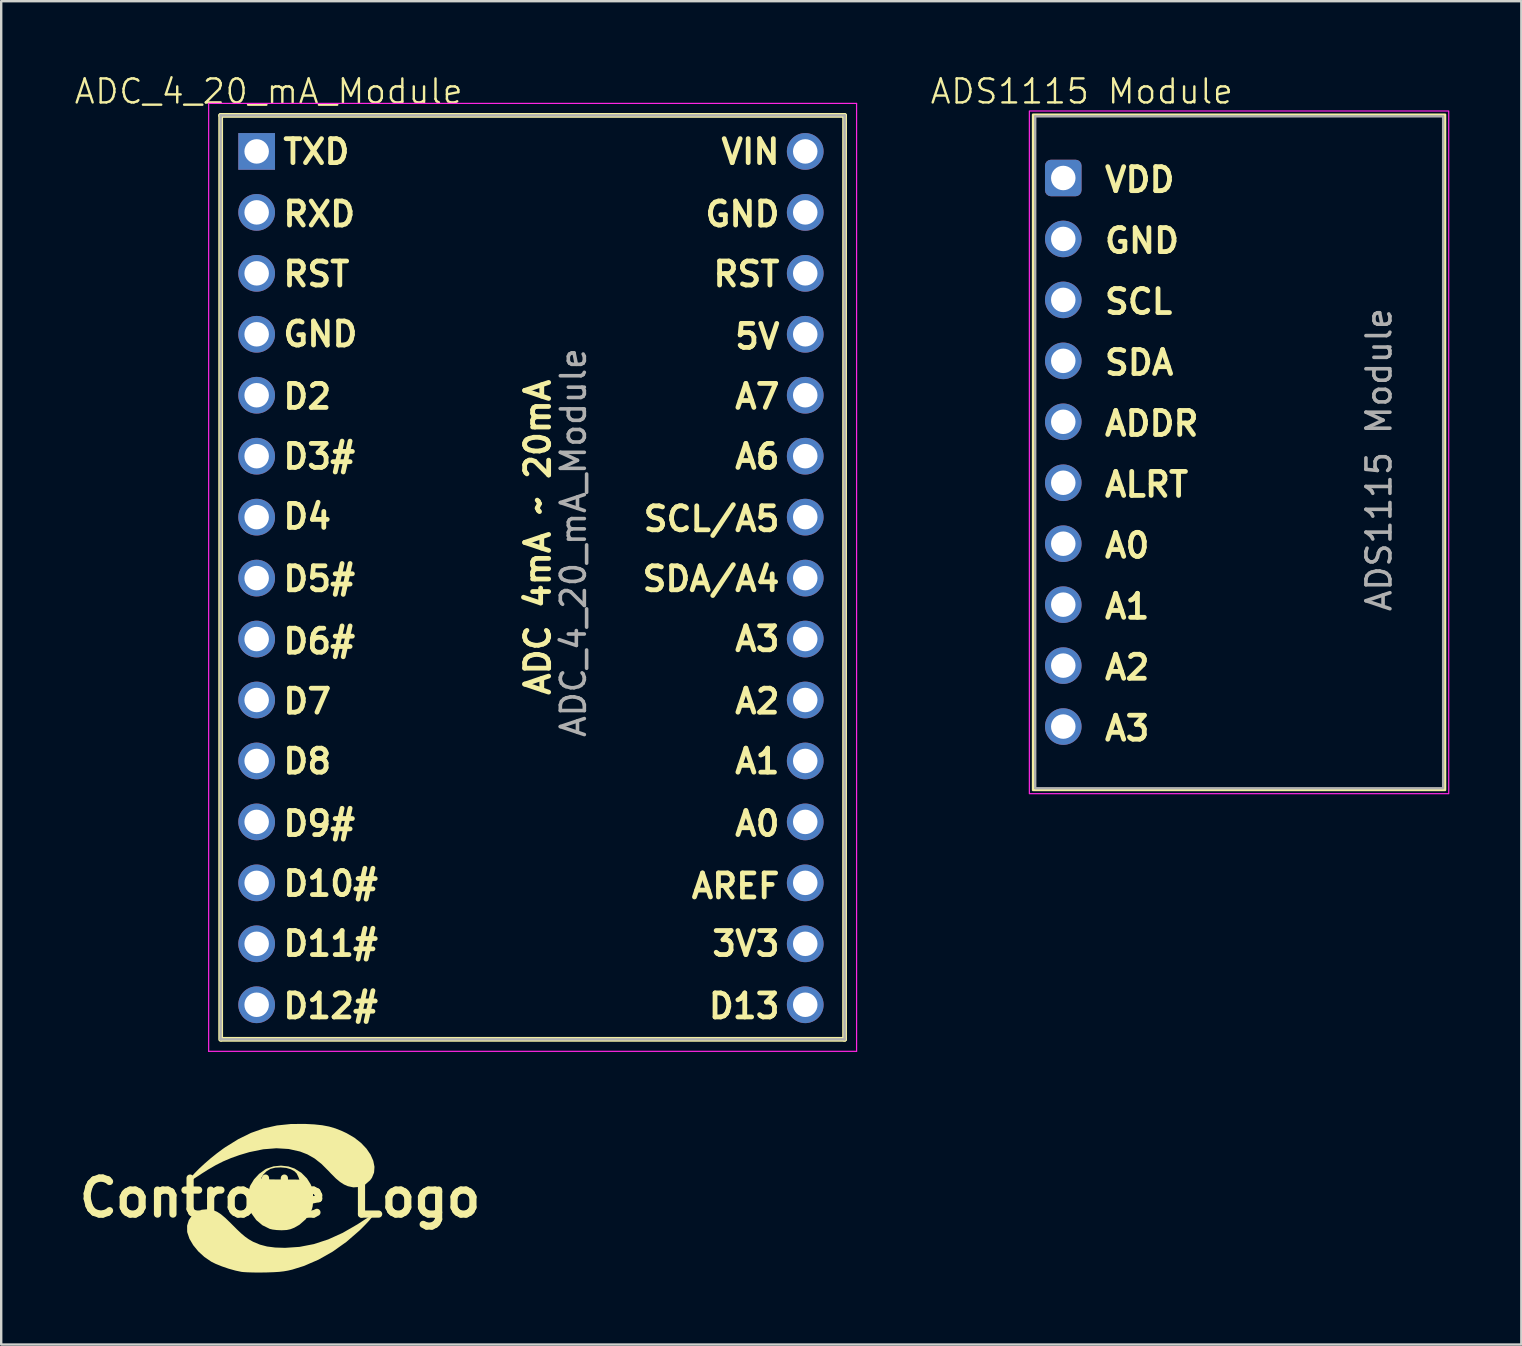
<source format=kicad_pcb>
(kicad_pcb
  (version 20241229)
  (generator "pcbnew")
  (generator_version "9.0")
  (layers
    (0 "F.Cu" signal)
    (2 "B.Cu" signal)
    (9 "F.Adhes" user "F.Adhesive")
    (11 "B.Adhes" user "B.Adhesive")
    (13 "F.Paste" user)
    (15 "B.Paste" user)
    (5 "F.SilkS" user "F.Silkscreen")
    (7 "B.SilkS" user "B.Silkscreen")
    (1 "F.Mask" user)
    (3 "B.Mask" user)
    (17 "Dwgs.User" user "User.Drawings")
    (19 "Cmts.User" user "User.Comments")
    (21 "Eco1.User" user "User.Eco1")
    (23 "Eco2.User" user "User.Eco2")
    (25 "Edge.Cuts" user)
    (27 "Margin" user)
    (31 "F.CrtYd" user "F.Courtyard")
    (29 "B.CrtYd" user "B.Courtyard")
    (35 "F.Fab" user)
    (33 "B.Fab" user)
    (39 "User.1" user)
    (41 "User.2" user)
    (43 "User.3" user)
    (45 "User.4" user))
  (footprint "ADS1115 Module"
    (layer "F.Cu")
    (at 41.258 4.367)
    (property "Reference" "ADS1115 Module" (at 0.772 -3.607 0) (unlocked yes) (layer "F.SilkS") (effects (font (size 1 1) (thickness 0.1))))
    (attr through_hole)
    (fp_rect (start -1.26 -2.639) (end 15.91 25.504) (stroke (width 0.1) (type default)) (fill no) (layer "F.SilkS"))
    (fp_rect (start -1.413 -2.791) (end 16.062 25.657) (stroke (width 0.05) (type default)) (fill no) (layer "F.CrtYd"))
    (fp_rect (start -1.17 -2.57) (end 15.83 25.43) (stroke (width 0.1) (type default)) (fill no) (layer "F.Fab"))
    (fp_text user "SCL" (at 1.626 5.74 0) (unlocked yes) (layer "F.SilkS") (effects (font (size 1 1) (thickness 0.2) (bold yes)) (justify left bottom)))
    (fp_text user "A1" (at 1.626 18.44 0) (unlocked yes) (layer "F.SilkS") (effects (font (size 1 1) (thickness 0.2) (bold yes)) (justify left bottom)))
    (fp_text user "GND" (at 1.626 3.2 0) (unlocked yes) (layer "F.SilkS") (effects (font (size 1 1) (thickness 0.2) (bold yes)) (justify left bottom)))
    (fp_text user "SDA" (at 1.626 8.28 0) (unlocked yes) (layer "F.SilkS") (effects (font (size 1 1) (thickness 0.2) (bold yes)) (justify left bottom)))
    (fp_text user "ADDR" (at 1.626 10.82 0) (unlocked yes) (layer "F.SilkS") (effects (font (size 1 1) (thickness 0.2) (bold yes)) (justify left bottom)))
    (fp_text user "A3" (at 1.626 23.52 0) (unlocked yes) (layer "F.SilkS") (effects (font (size 1 1) (thickness 0.2) (bold yes)) (justify left bottom)))
    (fp_text user "VDD" (at 1.626 0.66 0) (unlocked yes) (layer "F.SilkS") (effects (font (size 1 1) (thickness 0.2) (bold yes)) (justify left bottom)))
    (fp_text user "A2" (at 1.626 20.98 0) (unlocked yes) (layer "F.SilkS") (effects (font (size 1 1) (thickness 0.2) (bold yes)) (justify left bottom)))
    (fp_text user "ALRT" (at 1.626 13.36 0) (unlocked yes) (layer "F.SilkS") (effects (font (size 1 1) (thickness 0.2) (bold yes)) (justify left bottom)))
    (fp_text user "A0" (at 1.626 15.9 0) (unlocked yes) (layer "F.SilkS") (effects (font (size 1 1) (thickness 0.2) (bold yes)) (justify left bottom)))
    (fp_text user "${REFERENCE}" (at 13.157 11.735 90) (unlocked yes) (layer "F.Fab") (effects (font (size 1 1) (thickness 0.15))))
    (pad "1" thru_hole roundrect (at 0 0) (size 1.524 1.524) (drill 1.02) (layers "*.Cu" "*.Mask") (roundrect_rratio 0.164))
    (pad "2" thru_hole circle (at 0 2.54) (size 1.524 1.524) (drill 1.02) (layers "*.Cu" "*.Mask"))
    (pad "3" thru_hole circle (at 0 5.08) (size 1.524 1.524) (drill 1.02) (layers "*.Cu" "*.Mask"))
    (pad "4" thru_hole circle (at 0 7.62) (size 1.524 1.524) (drill 1.02) (layers "*.Cu" "*.Mask"))
    (pad "5" thru_hole circle (at 0 10.16) (size 1.524 1.524) (drill 1.02) (layers "*.Cu" "*.Mask"))
    (pad "6" thru_hole circle (at 0 12.7) (size 1.524 1.524) (drill 1.02) (layers "*.Cu" "*.Mask"))
    (pad "7" thru_hole circle (at 0 15.24) (size 1.524 1.524) (drill 1.02) (layers "*.Cu" "*.Mask"))
    (pad "8" thru_hole circle (at 0 17.78) (size 1.524 1.524) (drill 1.02) (layers "*.Cu" "*.Mask"))
    (pad "9" thru_hole circle (at 0 20.32) (size 1.524 1.524) (drill 1.02) (layers "*.Cu" "*.Mask"))
    (pad "10" thru_hole circle (at 0 22.86) (size 1.524 1.524) (drill 1.02) (layers "*.Cu" "*.Mask")))
  (footprint "ADC_4_20_mA_Module"
    (layer "F.Cu")
    (at 7.645 3.26)
    (property "Reference" "ADC_4_20_mA_Module" (at 0.5 -2.5 0) (unlocked yes) (layer "F.SilkS") (effects (font (size 1 1) (thickness 0.1))))
    (attr through_hole)
    (fp_line (start -1.5 -1.5) (end 24.5 -1.5) (stroke (width 0.2) (type solid)) (layer "F.SilkS"))
    (fp_line (start -1.5 37) (end -1.5 -1.5) (stroke (width 0.2) (type solid)) (layer "F.SilkS"))
    (fp_line (start -1.47 37) (end 24.5 37) (stroke (width 0.2) (type solid)) (layer "F.SilkS"))
    (fp_line (start 24.5 37) (end 24.5 -1.5) (stroke (width 0.2) (type solid)) (layer "F.SilkS"))
    (fp_line (start -2 -2) (end 25 -2) (stroke (width 0.05) (type default)) (layer "F.CrtYd"))
    (fp_line (start -2 37.5) (end -2 -2) (stroke (width 0.05) (type default)) (layer "F.CrtYd"))
    (fp_line (start 25 -2) (end 25 37.5) (stroke (width 0.05) (type default)) (layer "F.CrtYd"))
    (fp_line (start 25 37.5) (end -2 37.5) (stroke (width 0.05) (type default)) (layer "F.CrtYd"))
    (fp_line (start -1.5 -1.5) (end 24.5 -1.5) (stroke (width 0.1) (type default)) (layer "F.Fab"))
    (fp_line (start -1.5 37) (end -1.5 -1.5) (stroke (width 0.1) (type default)) (layer "F.Fab"))
    (fp_line (start 24.5 -1.5) (end 24.5 37) (stroke (width 0.1) (type default)) (layer "F.Fab"))
    (fp_line (start 24.5 37) (end -1.5 37) (stroke (width 0.1) (type default)) (layer "F.Fab"))
    (fp_text user "D2" (at 1 10.8 0) (unlocked yes) (layer "F.SilkS") (effects (font (size 1 1) (thickness 0.2) (bold yes)) (justify left bottom)))
    (fp_text user "D7" (at 1 23.5 0) (unlocked yes) (layer "F.SilkS") (effects (font (size 1 1) (thickness 0.2) (bold yes)) (justify left bottom)))
    (fp_text user "D6#" (at 1 21 0) (unlocked yes) (layer "F.SilkS") (effects (font (size 1 1) (thickness 0.2) (bold yes)) (justify left bottom)))
    (fp_text user "5V" (at 21.9 8.3 0) (unlocked yes) (layer "F.SilkS") (effects (font (size 1 1) (thickness 0.2) (bold yes)) (justify right bottom)))
    (fp_text user "3V3" (at 21.9 33.6 0) (unlocked yes) (layer "F.SilkS") (effects (font (size 1 1) (thickness 0.2) (bold yes)) (justify right bottom)))
    (fp_text user "D3#" (at 1 13.3 0) (unlocked yes) (layer "F.SilkS") (effects (font (size 1 1) (thickness 0.2) (bold yes)) (justify left bottom)))
    (fp_text user "D9#" (at 1 28.6 0) (unlocked yes) (layer "F.SilkS") (effects (font (size 1 1) (thickness 0.2) (bold yes)) (justify left bottom)))
    (fp_text user "GND" (at 21.9 3.2 0) (unlocked yes) (layer "F.SilkS") (effects (font (size 1 1) (thickness 0.2) (bold yes)) (justify right bottom)))
    (fp_text user "RST" (at 1 5.7 0) (unlocked yes) (layer "F.SilkS") (effects (font (size 1 1) (thickness 0.2) (bold yes)) (justify left bottom)))
    (fp_text user "RXD" (at 1 3.2 0) (unlocked yes) (layer "F.SilkS") (effects (font (size 1 1) (thickness 0.2) (bold yes)) (justify left bottom)))
    (fp_text user "AREF" (at 21.9 31.2 0) (unlocked yes) (layer "F.SilkS") (effects (font (size 1 1) (thickness 0.2) (bold yes)) (justify right bottom)))
    (fp_text user "SCL/A5" (at 21.9 15.9 0) (unlocked yes) (layer "F.SilkS") (effects (font (size 1 1) (thickness 0.2) (bold yes)) (justify right bottom)))
    (fp_text user "D13" (at 21.9 36.2 0) (unlocked yes) (layer "F.SilkS") (effects (font (size 1 1) (thickness 0.2) (bold yes)) (justify right bottom)))
    (fp_text user "VIN" (at 21.9 0.6 0) (unlocked yes) (layer "F.SilkS") (effects (font (size 1 1) (thickness 0.2) (bold yes)) (justify right bottom)))
    (fp_text user "ADC 4mA ~ 20mA" (at 12.3 9.4 90) (unlocked yes) (layer "F.SilkS") (effects (font (size 1 1) (thickness 0.2) (bold yes)) (justify right bottom)))
    (fp_text user "RST" (at 21.9 5.7 0) (unlocked yes) (layer "F.SilkS") (effects (font (size 1 1) (thickness 0.2) (bold yes)) (justify right bottom)))
    (fp_text user "D8" (at 1 26 0) (unlocked yes) (layer "F.SilkS") (effects (font (size 1 1) (thickness 0.2) (bold yes)) (justify left bottom)))
    (fp_text user "TXD" (at 1 0.6 0) (unlocked yes) (layer "F.SilkS") (effects (font (size 1 1) (thickness 0.2) (bold yes)) (justify left bottom)))
    (fp_text user "A2" (at 21.9 23.5 0) (unlocked yes) (layer "F.SilkS") (effects (font (size 1 1) (thickness 0.2) (bold yes)) (justify right bottom)))
    (fp_text user "D12#" (at 1 36.2 0) (unlocked yes) (layer "F.SilkS") (effects (font (size 1 1) (thickness 0.2) (bold yes)) (justify left bottom)))
    (fp_text user "A1" (at 21.9 26 0) (unlocked yes) (layer "F.SilkS") (effects (font (size 1 1) (thickness 0.2) (bold yes)) (justify right bottom)))
    (fp_text user "A7" (at 21.9 10.8 0) (unlocked yes) (layer "F.SilkS") (effects (font (size 1 1) (thickness 0.2) (bold yes)) (justify right bottom)))
    (fp_text user "D4" (at 1 15.8 0) (unlocked yes) (layer "F.SilkS") (effects (font (size 1 1) (thickness 0.2) (bold yes)) (justify left bottom)))
    (fp_text user "SDA/A4" (at 21.9 18.4 0) (unlocked yes) (layer "F.SilkS") (effects (font (size 1 1) (thickness 0.2) (bold yes)) (justify right bottom)))
    (fp_text user "D11#" (at 1 33.6 0) (unlocked yes) (layer "F.SilkS") (effects (font (size 1 1) (thickness 0.2) (bold yes)) (justify left bottom)))
    (fp_text user "GND" (at 1 8.2 0) (unlocked yes) (layer "F.SilkS") (effects (font (size 1 1) (thickness 0.2) (bold yes)) (justify left bottom)))
    (fp_text user "A3" (at 21.9 20.9 0) (unlocked yes) (layer "F.SilkS") (effects (font (size 1 1) (thickness 0.2) (bold yes)) (justify right bottom)))
    (fp_text user "D5#" (at 1 18.4 0) (unlocked yes) (layer "F.SilkS") (effects (font (size 1 1) (thickness 0.2) (bold yes)) (justify left bottom)))
    (fp_text user "A0" (at 21.9 28.6 0) (unlocked yes) (layer "F.SilkS") (effects (font (size 1 1) (thickness 0.2) (bold yes)) (justify right bottom)))
    (fp_text user "D10#" (at 1 31.1 0) (unlocked yes) (layer "F.SilkS") (effects (font (size 1 1) (thickness 0.2) (bold yes)) (justify left bottom)))
    (fp_text user "A6" (at 21.9 13.3 0) (unlocked yes) (layer "F.SilkS") (effects (font (size 1 1) (thickness 0.2) (bold yes)) (justify right bottom)))
    (fp_text user "${REFERENCE}" (at 13.2 16.3 90) (unlocked yes) (layer "F.Fab") (effects (font (size 1 1) (thickness 0.15))))
    (pad "1" thru_hole rect (at 0 0) (size 1.53 1.53) (drill 1.02) (layers "*.Cu" "*.Mask"))
    (pad "2" thru_hole circle (at 0 2.54) (size 1.53 1.53) (drill 1.02) (layers "*.Cu" "*.Mask"))
    (pad "3" thru_hole circle (at 0 5.08) (size 1.53 1.53) (drill 1.02) (layers "*.Cu" "*.Mask"))
    (pad "4" thru_hole circle (at 0 7.62) (size 1.53 1.53) (drill 1.02) (layers "*.Cu" "*.Mask"))
    (pad "5" thru_hole circle (at 0 10.16) (size 1.53 1.53) (drill 1.02) (layers "*.Cu" "*.Mask"))
    (pad "6" thru_hole circle (at 0 12.7) (size 1.53 1.53) (drill 1.02) (layers "*.Cu" "*.Mask"))
    (pad "7" thru_hole circle (at 0 15.24) (size 1.53 1.53) (drill 1.02) (layers "*.Cu" "*.Mask"))
    (pad "8" thru_hole circle (at 0 17.78) (size 1.53 1.53) (drill 1.02) (layers "*.Cu" "*.Mask"))
    (pad "9" thru_hole circle (at 0 20.32) (size 1.53 1.53) (drill 1.02) (layers "*.Cu" "*.Mask"))
    (pad "10" thru_hole circle (at 0 22.86) (size 1.53 1.53) (drill 1.02) (layers "*.Cu" "*.Mask"))
    (pad "11" thru_hole circle (at 0 25.4) (size 1.53 1.53) (drill 1.02) (layers "*.Cu" "*.Mask"))
    (pad "12" thru_hole circle (at 0 27.94) (size 1.53 1.53) (drill 1.02) (layers "*.Cu" "*.Mask"))
    (pad "13" thru_hole circle (at 0 30.48) (size 1.53 1.53) (drill 1.02) (layers "*.Cu" "*.Mask"))
    (pad "14" thru_hole circle (at 0 33.02) (size 1.53 1.53) (drill 1.02) (layers "*.Cu" "*.Mask"))
    (pad "15" thru_hole circle (at 0 35.56) (size 1.53 1.53) (drill 1.02) (layers "*.Cu" "*.Mask"))
    (pad "16" thru_hole circle (at 22.86 0) (size 1.53 1.53) (drill 1.02) (layers "*.Cu" "*.Mask"))
    (pad "17" thru_hole circle (at 22.86 2.54) (size 1.53 1.53) (drill 1.02) (layers "*.Cu" "*.Mask"))
    (pad "18" thru_hole circle (at 22.86 5.08) (size 1.53 1.53) (drill 1.02) (layers "*.Cu" "*.Mask"))
    (pad "19" thru_hole circle (at 22.86 7.62) (size 1.53 1.53) (drill 1.02) (layers "*.Cu" "*.Mask"))
    (pad "20" thru_hole circle (at 22.86 10.16) (size 1.53 1.53) (drill 1.02) (layers "*.Cu" "*.Mask"))
    (pad "21" thru_hole circle (at 22.86 12.7) (size 1.53 1.53) (drill 1.02) (layers "*.Cu" "*.Mask"))
    (pad "22" thru_hole circle (at 22.86 15.24) (size 1.53 1.53) (drill 1.02) (layers "*.Cu" "*.Mask"))
    (pad "23" thru_hole circle (at 22.86 17.78) (size 1.53 1.53) (drill 1.02) (layers "*.Cu" "*.Mask"))
    (pad "24" thru_hole circle (at 22.86 20.32) (size 1.53 1.53) (drill 1.02) (layers "*.Cu" "*.Mask"))
    (pad "25" thru_hole circle (at 22.86 22.86) (size 1.53 1.53) (drill 1.02) (layers "*.Cu" "*.Mask"))
    (pad "26" thru_hole circle (at 22.86 25.4) (size 1.53 1.53) (drill 1.02) (layers "*.Cu" "*.Mask"))
    (pad "27" thru_hole circle (at 22.86 27.94) (size 1.53 1.53) (drill 1.02) (layers "*.Cu" "*.Mask"))
    (pad "28" thru_hole circle (at 22.86 30.48) (size 1.53 1.53) (drill 1.02) (layers "*.Cu" "*.Mask"))
    (pad "29" thru_hole circle (at 22.86 33.02) (size 1.53 1.53) (drill 1.02) (layers "*.Cu" "*.Mask"))
    (pad "30" thru_hole circle (at 22.86 35.56) (size 1.53 1.53) (drill 1.02) (layers "*.Cu" "*.Mask")))
  (footprint "Controlle Logo"
    (layer "F.Cu")
    (at 8.621 46.864)
    (property "Reference" "Controlle Logo" (at 0 0 0) (layer "F.SilkS") (effects (font (size 1.5 1.5) (thickness 0.3))))
    (attr board_only exclude_from_pos_files exclude_from_bom)
    (fp_poly (pts (xy 1.425 -3.059) (xy 1.754 -3.024) (xy 2.043 -2.969) (xy 2.314 -2.889) (xy 2.589 -2.779) (xy 2.778 -2.69) (xy 3.099 -2.503) (xy 3.374 -2.287) (xy 3.6 -2.049) (xy 3.771 -1.798) (xy 3.884 -1.542) (xy 3.934 -1.291) (xy 3.917 -1.052) (xy 3.829 -0.834) (xy 3.753 -0.731) (xy 3.547 -0.554) (xy 3.311 -0.454) (xy 3.057 -0.434) (xy 2.824 -0.484) (xy 2.661 -0.556) (xy 2.5 -0.66) (xy 2.326 -0.805) (xy 2.126 -1.005) (xy 2.022 -1.116) (xy 1.725 -1.413) (xy 1.436 -1.64) (xy 1.137 -1.81) (xy 0.833 -1.928) (xy 0.359 -2.034) (xy -0.152 -2.065) (xy -0.699 -2.022) (xy -1.281 -1.903) (xy -1.698 -1.779) (xy -2.05 -1.653) (xy -2.368 -1.518) (xy -2.678 -1.362) (xy -3.006 -1.172) (xy -3.281 -0.997) (xy -3.498 -0.855) (xy -3.653 -0.755) (xy -3.755 -0.69) (xy -3.815 -0.656) (xy -3.84 -0.648) (xy -3.841 -0.66) (xy -3.827 -0.688) (xy -3.818 -0.704) (xy -3.724 -0.84) (xy -3.573 -1.014) (xy -3.376 -1.213) (xy -3.145 -1.426) (xy -2.894 -1.644) (xy -2.633 -1.853) (xy -2.376 -2.044) (xy -2.283 -2.108) (xy -1.741 -2.444) (xy -1.212 -2.704) (xy -0.68 -2.893) (xy -0.131 -3.015) (xy 0.451 -3.075) (xy 1.033 -3.079)) (stroke (width 0) (type solid)) (fill yes) (layer "F.SilkS"))
    (fp_poly (pts (xy 0.35 -1.306) (xy 0.599 -1.221) (xy 0.886 -1.043) (xy 1.122 -0.806) (xy 1.271 -0.57) (xy 1.324 -0.447) (xy 1.355 -0.324) (xy 1.371 -0.174) (xy 1.375 0.021) (xy 1.372 0.218) (xy 1.358 0.358) (xy 1.329 0.47) (xy 1.279 0.582) (xy 1.263 0.614) (xy 1.066 0.896) (xy 0.808 1.123) (xy 0.593 1.246) (xy 0.433 1.309) (xy 0.278 1.342) (xy 0.086 1.352) (xy 0.042 1.352) (xy -0.138 1.344) (xy -0.307 1.324) (xy -0.428 1.296) (xy -0.428 1.296) (xy -0.736 1.144) (xy -0.993 0.927) (xy -1.189 0.655) (xy -1.239 0.555) (xy -1.304 0.336) (xy -1.332 0.077) (xy -1.321 -0.189) (xy -1.273 -0.428) (xy -1.24 -0.515) (xy -1.086 -0.768) (xy -1.039 -0.819) (xy -0.776 -0.819) (xy -0.763 -0.799) (xy -0.721 -0.785) (xy -0.639 -0.776) (xy -0.506 -0.77) (xy -0.312 -0.766) (xy -0.045 -0.764) (xy 0.002 -0.764) (xy 0.803 -0.759) (xy 0.759 -0.876) (xy 0.693 -1.011) (xy 0.601 -1.105) (xy 0.456 -1.186) (xy 0.445 -1.191) (xy 0.256 -1.246) (xy 0.027 -1.267) (xy -0.202 -1.255) (xy -0.393 -1.207) (xy -0.398 -1.205) (xy -0.564 -1.106) (xy -0.701 -0.967) (xy -0.77 -0.847) (xy -0.776 -0.819) (xy -1.039 -0.819) (xy -0.874 -0.998) (xy -0.627 -1.178) (xy -0.557 -1.216) (xy -0.272 -1.311) (xy 0.039 -1.341)) (stroke (width 0) (type solid)) (fill yes) (layer "F.SilkS"))
    (fp_poly (pts (xy -2.959 0.479) (xy -2.791 0.514) (xy -2.629 0.58) (xy -2.461 0.688) (xy -2.272 0.847) (xy -2.048 1.065) (xy -2.032 1.081) (xy -1.804 1.31) (xy -1.616 1.487) (xy -1.455 1.622) (xy -1.306 1.727) (xy -1.155 1.815) (xy -1.112 1.837) (xy -0.839 1.951) (xy -0.543 2.029) (xy -0.206 2.072) (xy 0.192 2.085) (xy 0.212 2.085) (xy 0.811 2.045) (xy 1.408 1.929) (xy 2.006 1.734) (xy 2.611 1.46) (xy 3.227 1.105) (xy 3.384 1.002) (xy 3.561 0.886) (xy 3.712 0.792) (xy 3.823 0.726) (xy 3.881 0.698) (xy 3.887 0.698) (xy 3.875 0.743) (xy 3.809 0.836) (xy 3.697 0.967) (xy 3.547 1.127) (xy 3.368 1.307) (xy 3.307 1.366) (xy 2.764 1.837) (xy 2.191 2.244) (xy 1.597 2.58) (xy 0.992 2.841) (xy 0.508 2.992) (xy 0.328 3.034) (xy 0.154 3.064) (xy -0.036 3.086) (xy -0.264 3.1) (xy -0.551 3.11) (xy -0.614 3.111) (xy -0.877 3.115) (xy -1.133 3.112) (xy -1.36 3.105) (xy -1.537 3.094) (xy -1.609 3.086) (xy -1.857 3.034) (xy -2.14 2.955) (xy -2.426 2.857) (xy -2.686 2.752) (xy -2.87 2.66) (xy -3.154 2.466) (xy -3.409 2.232) (xy -3.62 1.974) (xy -3.777 1.706) (xy -3.866 1.445) (xy -3.872 1.412) (xy -3.874 1.16) (xy -3.804 0.932) (xy -3.671 0.737) (xy -3.488 0.589) (xy -3.265 0.498) (xy -3.014 0.475)) (stroke (width 0) (type solid)) (fill yes) (layer "F.SilkS")))
  (gr_rect
    (start -3 -3)
    (end 60.346 52.979)
    (stroke (width 0.1) (type default))
    (fill no)
    (layer "Edge.Cuts")))
</source>
